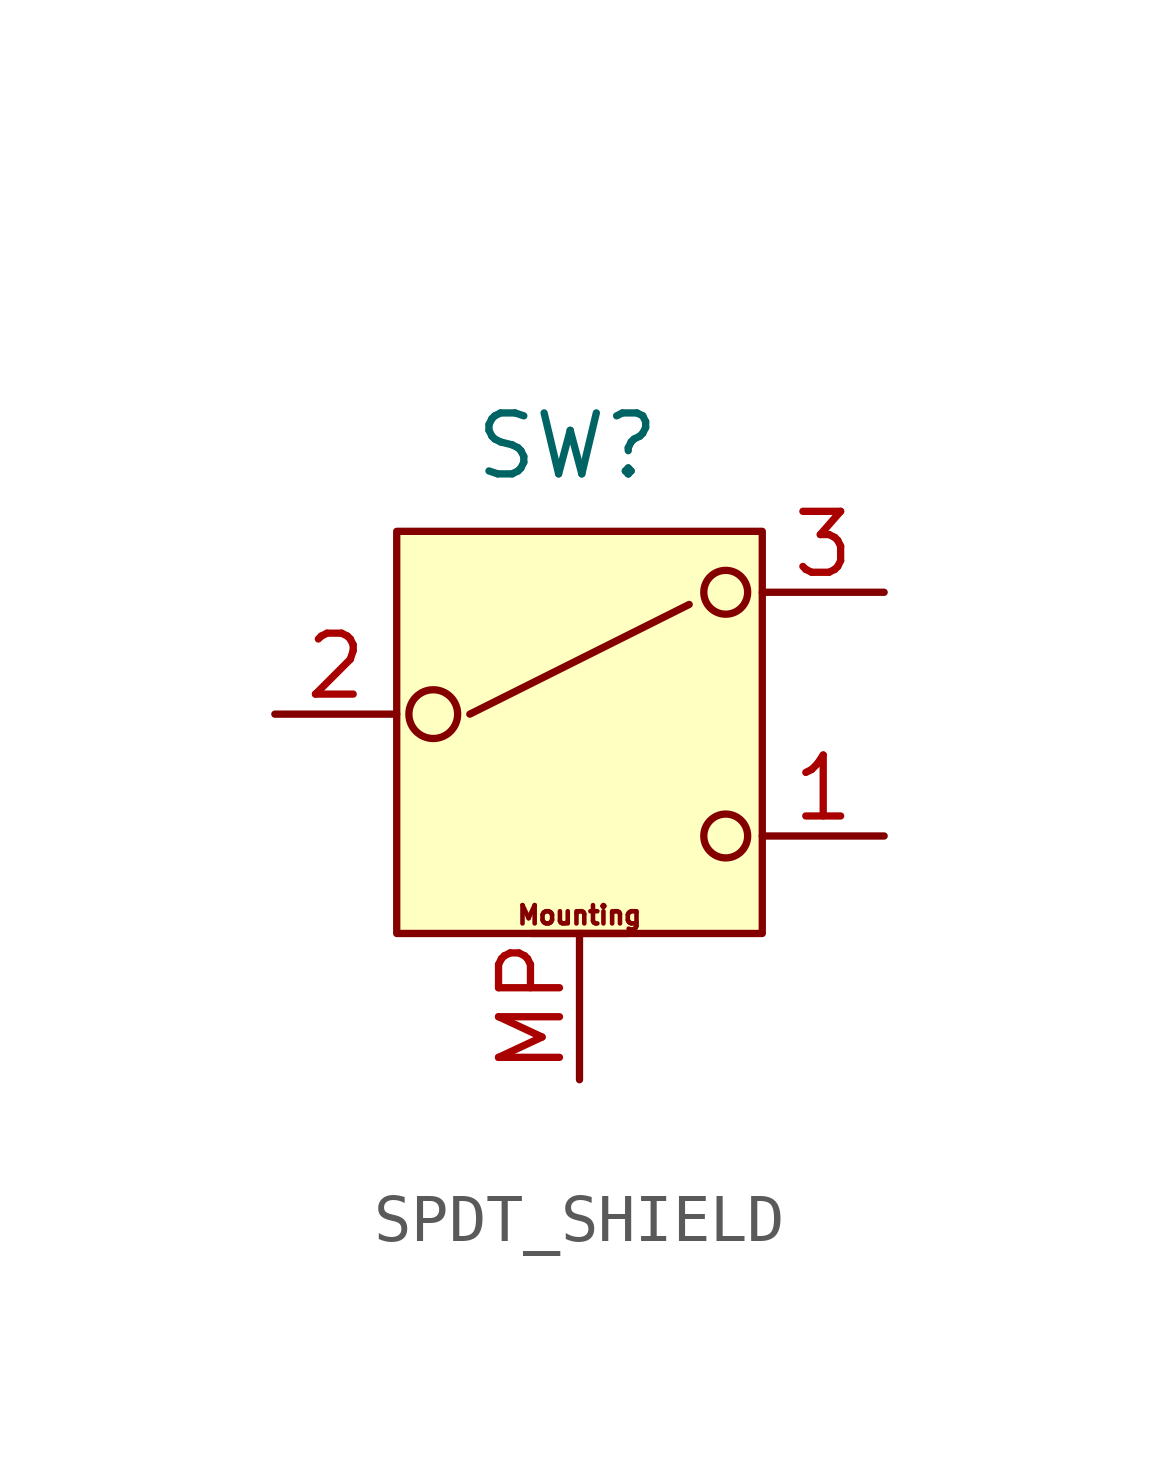
<source format=kicad_sym>
(kicad_symbol_lib
  (version 20231120)
  (generator "kicad_symbol_editor")
  (generator_version "8.0")
  (symbol "SPDT_SHIELD"
    (property "Reference" "SW"
      (at -0.254 5.588 0)
      (effects (font (size 1.27 1.27))))
    (property "Value" ""
      (at 1.27 8.89 0)
      (effects (font (size 1.27 1.27))))
    (symbol "SPDT_SHIELD_0_1"
      (circle (center -3.048 0) (radius 0.508) (stroke (width 0) (type default)) (fill (type none)))
      (circle (center 3.048 -2.54) (radius 0.457) (stroke (width 0) (type default)) (fill (type none)))
      (circle (center 3.048 2.54) (radius 0.457) (stroke (width 0) (type default)) (fill (type none))))
    (symbol "SPDT_SHIELD_1_1"
      (rectangle (start -3.81 3.81) (end 3.81 -4.572) (stroke (width 0) (type default)) (fill (type background)))
      (polyline (pts (xy -2.286 0) (xy 2.286 2.286)) (stroke (width 0) (type default)) (fill (type none)))
      (polyline (pts (xy -1.016 -4.572) (xy 1.016 -4.572)) (stroke (width 0.152) (type default)) (fill (type none)))
      (text "Mounting" (at 0 -4.191 0) (effects (font (size 0.381 0.381))))
      (pin passive line (at 6.35 -2.54 180) (length 2.54) (name "" (effects (font (size 1.27 1.27)))) (number "1" (effects (font (size 1.27 1.27)))))
      (pin passive line (at -6.35 0 0) (length 2.54) (name "" (effects (font (size 1.27 1.27)))) (number "2" (effects (font (size 1.27 1.27)))))
      (pin passive line (at 6.35 2.54 180) (length 2.54) (name "" (effects (font (size 1.27 1.27)))) (number "3" (effects (font (size 1.27 1.27)))))
      (pin passive line (at 0 -7.62 90) (length 3.048) (name "" (effects (font (size 1.27 1.27)))) (number "MP" (effects (font (size 1.27 1.27))))))))
</source>
